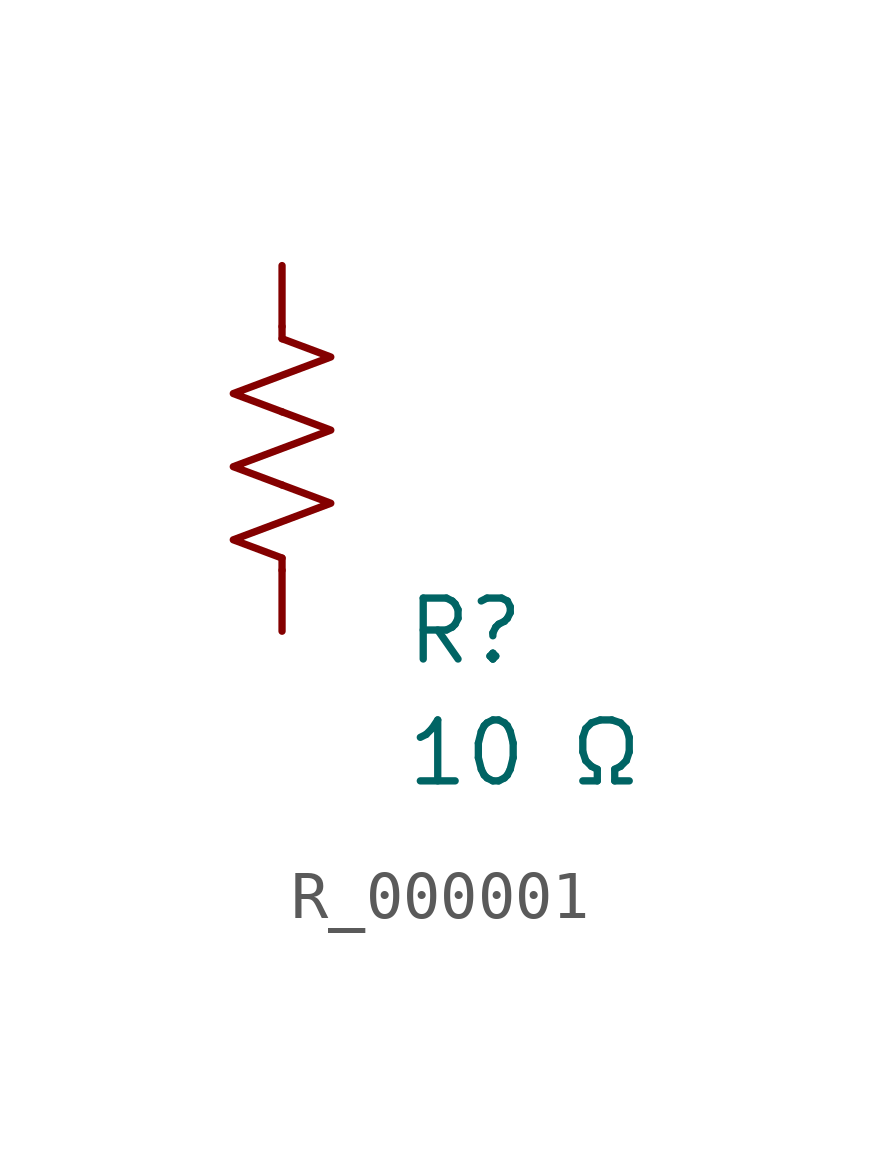
<source format=kicad_sym>
(kicad_symbol_lib
  (version 20231120)
  (generator "kicad_symbol_editor")
  (generator_version "8.0")
  (symbol "R_000001"
    (pin_numbers hide)
    (pin_names
      (offset 0))
    (property "Reference" "R"
      (at 2.54 -3.81 0)
      (effects (font (size 1.27 1.27)) (justify left))
      (show_name no))
    (property "Value" "10 Ω"
      (at 2.54 -6.35 0)
      (effects (font (size 1.27 1.27)) (justify left))
      (show_name no))
    (symbol "R_000001_0_1"
      (polyline (pts (xy 0 -2.286) (xy 0 -2.54)) (stroke (width 0) (type default)) (fill (type none)))
      (polyline (pts (xy 0 2.286) (xy 0 2.54)) (stroke (width 0) (type default)) (fill (type none)))
      (polyline (pts (xy 0 -0.762) (xy 1.016 -1.143) (xy 0 -1.524) (xy -1.016 -1.905) (xy 0 -2.286)) (stroke (width 0) (type default)) (fill (type none)))
      (polyline (pts (xy 0 0.762) (xy 1.016 0.381) (xy 0 0) (xy -1.016 -0.381) (xy 0 -0.762)) (stroke (width 0) (type default)) (fill (type none)))
      (polyline (pts (xy 0 2.286) (xy 1.016 1.905) (xy 0 1.524) (xy -1.016 1.143) (xy 0 0.762)) (stroke (width 0) (type default)) (fill (type none))))
    (symbol "R_000001_1_1"
      (pin passive line (at 0 3.81 270) (length 1.27) (name "~" (effects (font (size 1.27 1.27)))) (number "1" (effects (font (size 1.27 1.27)))))
      (pin passive line (at 0 -3.81 90) (length 1.27) (name "~" (effects (font (size 1.27 1.27)))) (number "2" (effects (font (size 1.27 1.27))))))))
</source>
